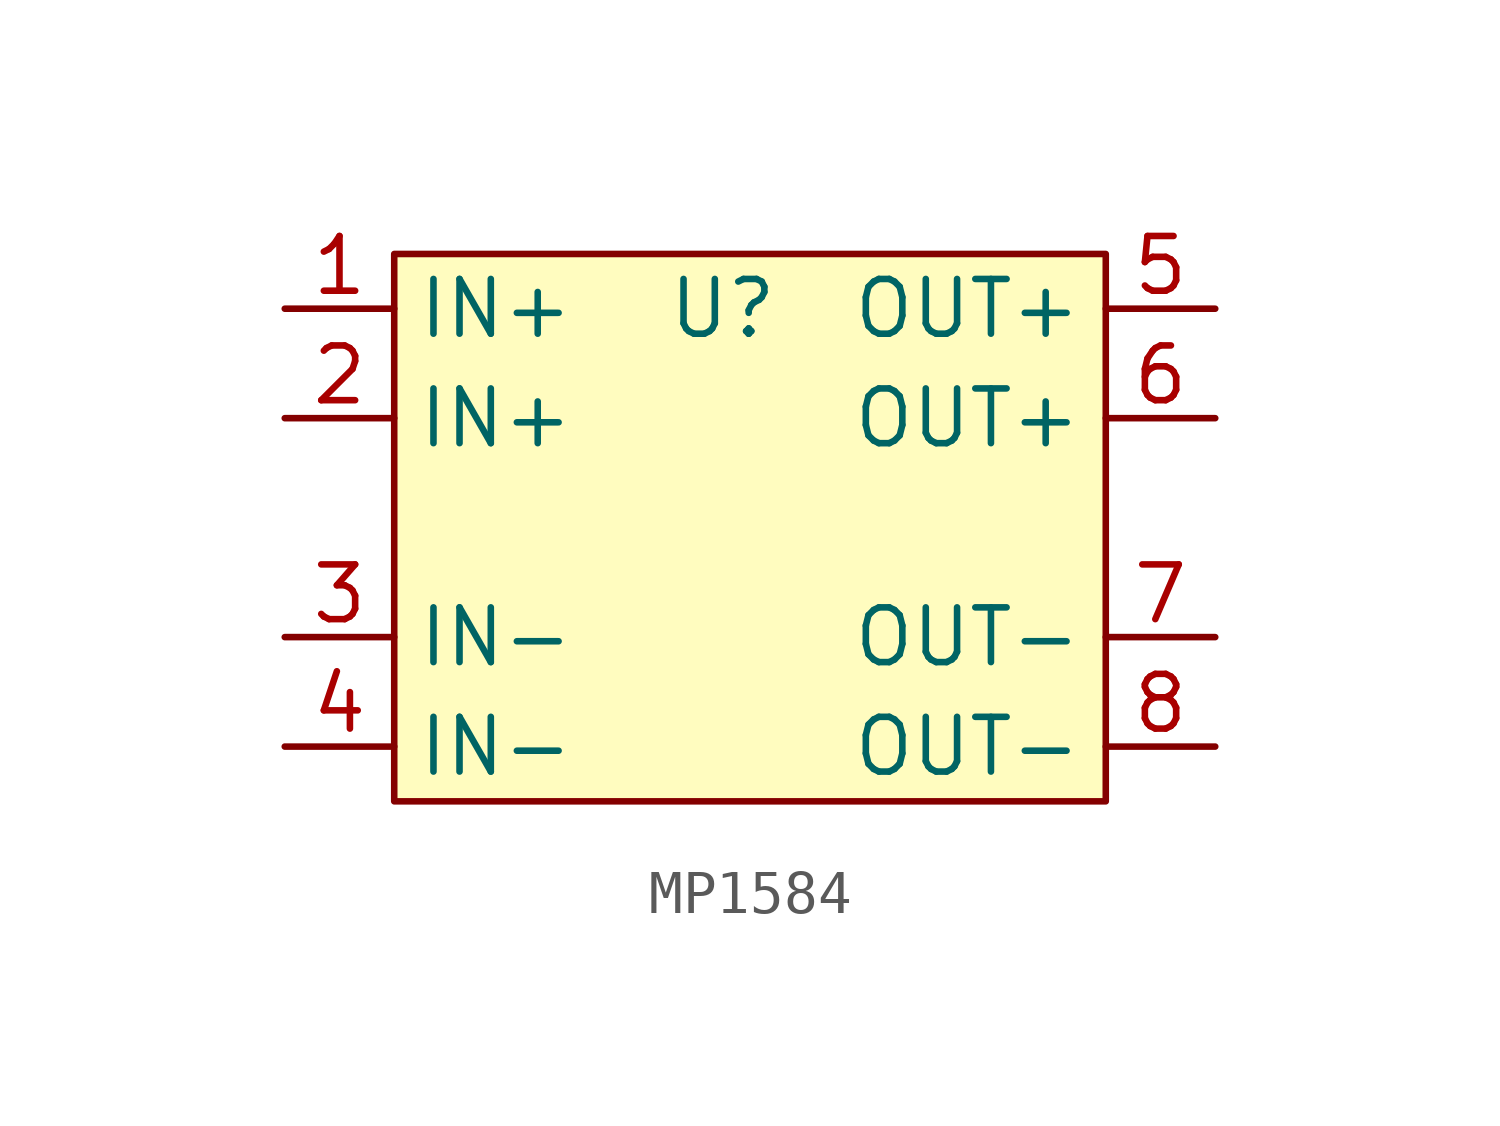
<source format=kicad_sym>
(kicad_symbol_lib
  (version 20241209)
  (generator "kicad_symbol_editor")
  (generator_version "9.0")
  (symbol "MP1584"
    (property "Reference" "U"
      (at 0 0 0)
      (effects (font (size 1.27 1.27))))
    (property "Value" ""
      (at 0 0 0)
      (effects (font (size 1.27 1.27))))
    (symbol "MP1584_1_1"
      (rectangle (start -7.62 1.27) (end 8.89 -11.43) (stroke (width 0) (type solid)) (fill (type color) (color 255 252 191 1)))
      (pin input line (at -10.16 0 0) (length 2.54) (name "IN+" (effects (font (size 1.27 1.27)))) (number "1" (effects (font (size 1.27 1.27)))))
      (pin input line (at -10.16 -2.54 0) (length 2.54) (name "IN+" (effects (font (size 1.27 1.27)))) (number "2" (effects (font (size 1.27 1.27)))))
      (pin input line (at -10.16 -7.62 0) (length 2.54) (name "IN-" (effects (font (size 1.27 1.27)))) (number "3" (effects (font (size 1.27 1.27)))))
      (pin input line (at -10.16 -10.16 0) (length 2.54) (name "IN-" (effects (font (size 1.27 1.27)))) (number "4" (effects (font (size 1.27 1.27)))))
      (pin output line (at 11.43 0 180) (length 2.54) (name "OUT+" (effects (font (size 1.27 1.27)))) (number "5" (effects (font (size 1.27 1.27)))))
      (pin output line (at 11.43 -2.54 180) (length 2.54) (name "OUT+" (effects (font (size 1.27 1.27)))) (number "6" (effects (font (size 1.27 1.27)))))
      (pin output line (at 11.43 -7.62 180) (length 2.54) (name "OUT-" (effects (font (size 1.27 1.27)))) (number "7" (effects (font (size 1.27 1.27)))))
      (pin output line (at 11.43 -10.16 180) (length 2.54) (name "OUT-" (effects (font (size 1.27 1.27)))) (number "8" (effects (font (size 1.27 1.27))))))))
</source>
